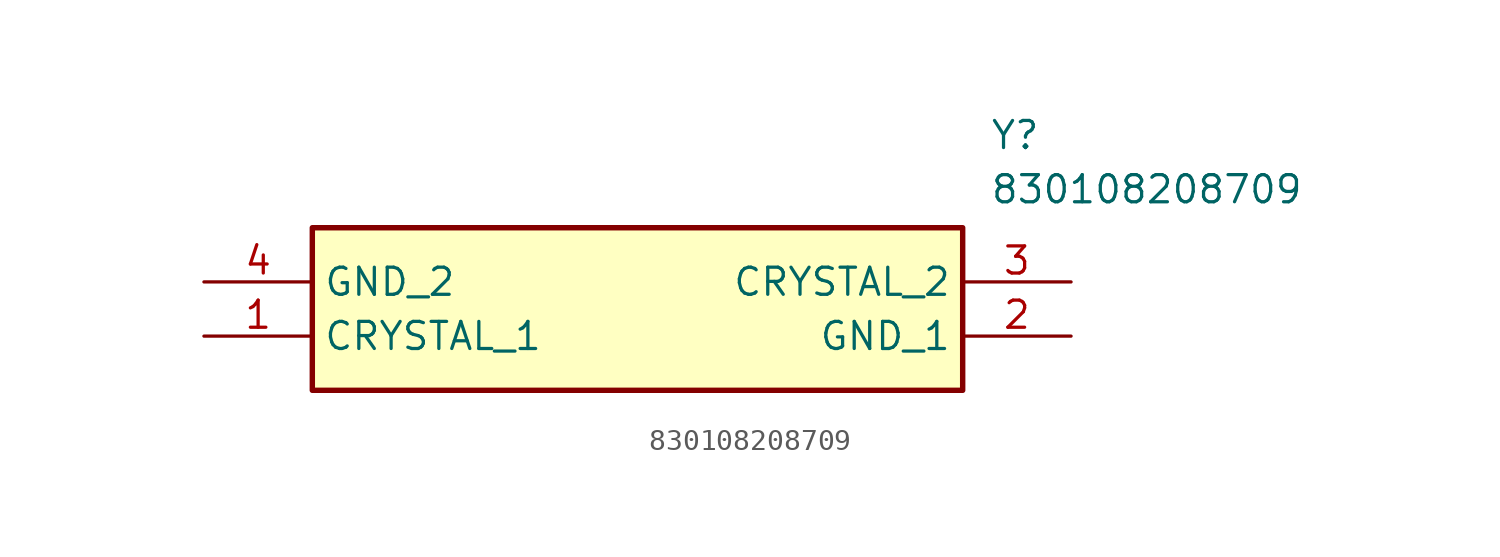
<source format=kicad_sym>
(kicad_symbol_lib
  (version 20211014)
  (generator SamacSys_ECAD_Model)
  (symbol "830108208709"
    (property "Reference" "Y"
      (at 36.83 7.62 0)
      (effects (font (size 1.27 1.27)) (justify left top)))
    (property "Value" "830108208709"
      (at 36.83 5.08 0)
      (effects (font (size 1.27 1.27)) (justify left top)))
    (rectangle
      (start 5.08 2.54)
      (end 35.56 -5.08)
      (stroke (width 0.254) (type default))
      (fill (type background)))
    (pin passive line
      (at 0 -2.54 0)
      (length 5.08)
      (name "CRYSTAL_1" (effects (font (size 1.27 1.27))))
      (number "1" (effects (font (size 1.27 1.27)))))
    (pin passive line
      (at 40.64 -2.54 180)
      (length 5.08)
      (name "GND_1" (effects (font (size 1.27 1.27))))
      (number "2" (effects (font (size 1.27 1.27)))))
    (pin passive line
      (at 40.64 0 180)
      (length 5.08)
      (name "CRYSTAL_2" (effects (font (size 1.27 1.27))))
      (number "3" (effects (font (size 1.27 1.27)))))
    (pin passive line
      (at 0 0 0)
      (length 5.08)
      (name "GND_2" (effects (font (size 1.27 1.27))))
      (number "4" (effects (font (size 1.27 1.27)))))))
</source>
